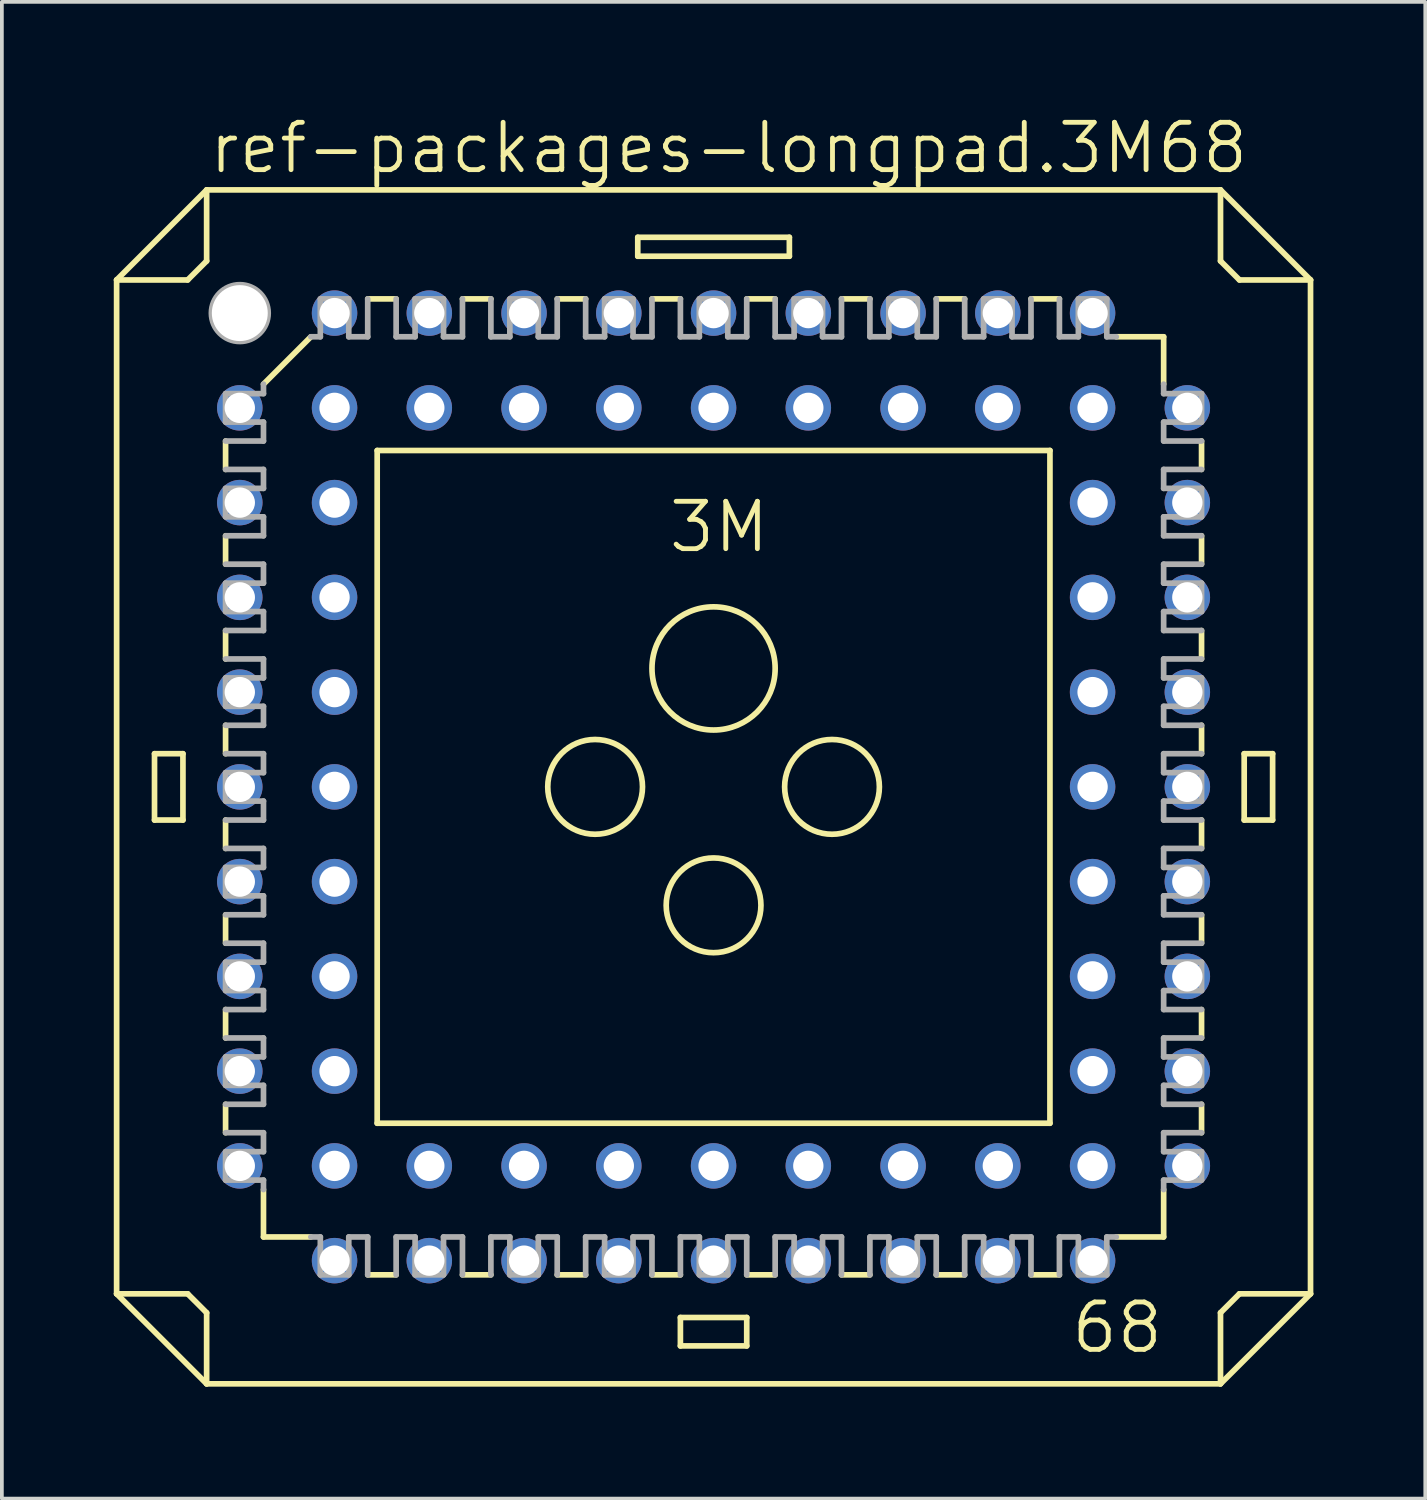
<source format=kicad_pcb>
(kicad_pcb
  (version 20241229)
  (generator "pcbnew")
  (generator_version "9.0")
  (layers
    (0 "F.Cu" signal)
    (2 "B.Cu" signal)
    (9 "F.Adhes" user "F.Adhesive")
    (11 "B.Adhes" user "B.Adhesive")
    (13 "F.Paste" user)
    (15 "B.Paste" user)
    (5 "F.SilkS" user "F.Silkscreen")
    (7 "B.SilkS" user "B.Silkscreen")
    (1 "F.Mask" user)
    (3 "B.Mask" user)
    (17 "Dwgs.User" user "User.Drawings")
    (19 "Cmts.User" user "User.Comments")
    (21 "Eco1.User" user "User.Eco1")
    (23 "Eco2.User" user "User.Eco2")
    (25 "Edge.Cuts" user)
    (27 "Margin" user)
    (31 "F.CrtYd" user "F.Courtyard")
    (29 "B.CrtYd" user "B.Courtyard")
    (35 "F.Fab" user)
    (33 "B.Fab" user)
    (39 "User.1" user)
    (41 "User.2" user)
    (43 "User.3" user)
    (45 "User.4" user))
  (footprint "ref-packages-longpad.3M68"
    (layer "F.Cu")
    (at 16.078 18.043)
    (property "Reference" "ref-packages-longpad.3M68" (at -13.589 -16.383 0) (layer "F.SilkS") (effects (font (size 1.27 1.27) (thickness 0.13)) (justify left bottom)))
    (attr through_hole)
    (fp_line (start -16.002 -13.589) (end -16.002 13.589) (stroke (width 0.152) (type default)) (layer "F.SilkS"))
    (fp_line (start -16.002 -13.589) (end -13.589 -16.002) (stroke (width 0.152) (type default)) (layer "F.SilkS"))
    (fp_line (start -16.002 13.589) (end -14.097 13.589) (stroke (width 0.152) (type default)) (layer "F.SilkS"))
    (fp_line (start -14.986 -0.889) (end -14.224 -0.889) (stroke (width 0.152) (type default)) (layer "F.SilkS"))
    (fp_line (start -14.986 0.889) (end -14.986 -0.889) (stroke (width 0.152) (type default)) (layer "F.SilkS"))
    (fp_line (start -14.986 0.889) (end -14.224 0.889) (stroke (width 0.152) (type default)) (layer "F.SilkS"))
    (fp_line (start -14.224 0.889) (end -14.224 -0.889) (stroke (width 0.152) (type default)) (layer "F.SilkS"))
    (fp_line (start -14.097 -13.589) (end -16.002 -13.589) (stroke (width 0.152) (type default)) (layer "F.SilkS"))
    (fp_line (start -14.097 -13.589) (end -13.589 -14.097) (stroke (width 0.152) (type default)) (layer "F.SilkS"))
    (fp_line (start -13.589 -16.002) (end -13.589 -14.097) (stroke (width 0.152) (type default)) (layer "F.SilkS"))
    (fp_line (start -13.589 14.097) (end -14.097 13.589) (stroke (width 0.152) (type default)) (layer "F.SilkS"))
    (fp_line (start -13.589 14.097) (end -13.589 16.002) (stroke (width 0.152) (type default)) (layer "F.SilkS"))
    (fp_line (start -13.589 16.002) (end -16.002 13.589) (stroke (width 0.152) (type default)) (layer "F.SilkS"))
    (fp_line (start -13.081 -9.271) (end -13.081 -8.509) (stroke (width 0.152) (type default)) (layer "F.SilkS"))
    (fp_line (start -13.081 -6.731) (end -13.081 -5.969) (stroke (width 0.152) (type default)) (layer "F.SilkS"))
    (fp_line (start -13.081 -4.191) (end -13.081 -3.429) (stroke (width 0.152) (type default)) (layer "F.SilkS"))
    (fp_line (start -13.081 -0.889) (end -13.081 -1.651) (stroke (width 0.152) (type default)) (layer "F.SilkS"))
    (fp_line (start -13.081 1.651) (end -13.081 0.889) (stroke (width 0.152) (type default)) (layer "F.SilkS"))
    (fp_line (start -13.081 4.191) (end -13.081 3.429) (stroke (width 0.152) (type default)) (layer "F.SilkS"))
    (fp_line (start -13.081 5.969) (end -13.081 6.731) (stroke (width 0.152) (type default)) (layer "F.SilkS"))
    (fp_line (start -13.081 8.509) (end -13.081 9.271) (stroke (width 0.152) (type default)) (layer "F.SilkS"))
    (fp_line (start -12.065 -10.795) (end -10.795 -12.065) (stroke (width 0.152) (type default)) (layer "F.SilkS"))
    (fp_line (start -12.065 12.065) (end -12.065 10.795) (stroke (width 0.152) (type default)) (layer "F.SilkS"))
    (fp_line (start -12.065 12.065) (end -10.795 12.065) (stroke (width 0.152) (type default)) (layer "F.SilkS"))
    (fp_line (start -9.271 13.081) (end -8.509 13.081) (stroke (width 0.152) (type default)) (layer "F.SilkS"))
    (fp_line (start -9.017 -9.017) (end -9.017 9.017) (stroke (width 0.152) (type default)) (layer "F.SilkS"))
    (fp_line (start -9.017 -9.017) (end 9.017 -9.017) (stroke (width 0.152) (type default)) (layer "F.SilkS"))
    (fp_line (start -8.509 -13.081) (end -9.271 -13.081) (stroke (width 0.152) (type default)) (layer "F.SilkS"))
    (fp_line (start -6.731 13.081) (end -5.969 13.081) (stroke (width 0.152) (type default)) (layer "F.SilkS"))
    (fp_line (start -5.969 -13.081) (end -6.731 -13.081) (stroke (width 0.152) (type default)) (layer "F.SilkS"))
    (fp_line (start -4.191 13.081) (end -3.429 13.081) (stroke (width 0.152) (type default)) (layer "F.SilkS"))
    (fp_line (start -3.429 -13.081) (end -4.191 -13.081) (stroke (width 0.152) (type default)) (layer "F.SilkS"))
    (fp_line (start -2.032 -14.732) (end -2.032 -14.224) (stroke (width 0.152) (type default)) (layer "F.SilkS"))
    (fp_line (start -1.651 13.081) (end -0.889 13.081) (stroke (width 0.152) (type default)) (layer "F.SilkS"))
    (fp_line (start -0.889 -13.081) (end -1.651 -13.081) (stroke (width 0.152) (type default)) (layer "F.SilkS"))
    (fp_line (start -0.889 14.986) (end -0.889 14.224) (stroke (width 0.152) (type default)) (layer "F.SilkS"))
    (fp_line (start -0.889 14.986) (end 0.889 14.986) (stroke (width 0.152) (type default)) (layer "F.SilkS"))
    (fp_line (start 0.889 13.081) (end 1.651 13.081) (stroke (width 0.152) (type default)) (layer "F.SilkS"))
    (fp_line (start 0.889 14.224) (end -0.889 14.224) (stroke (width 0.152) (type default)) (layer "F.SilkS"))
    (fp_line (start 0.889 14.224) (end 0.889 14.986) (stroke (width 0.152) (type default)) (layer "F.SilkS"))
    (fp_line (start 1.651 -13.081) (end 0.889 -13.081) (stroke (width 0.152) (type default)) (layer "F.SilkS"))
    (fp_line (start 2.032 -14.732) (end -2.032 -14.732) (stroke (width 0.152) (type default)) (layer "F.SilkS"))
    (fp_line (start 2.032 -14.224) (end -2.032 -14.224) (stroke (width 0.152) (type default)) (layer "F.SilkS"))
    (fp_line (start 2.032 -14.224) (end 2.032 -14.732) (stroke (width 0.152) (type default)) (layer "F.SilkS"))
    (fp_line (start 3.429 13.081) (end 4.191 13.081) (stroke (width 0.152) (type default)) (layer "F.SilkS"))
    (fp_line (start 4.191 -13.081) (end 3.429 -13.081) (stroke (width 0.152) (type default)) (layer "F.SilkS"))
    (fp_line (start 5.969 13.081) (end 6.731 13.081) (stroke (width 0.152) (type default)) (layer "F.SilkS"))
    (fp_line (start 6.731 -13.081) (end 5.969 -13.081) (stroke (width 0.152) (type default)) (layer "F.SilkS"))
    (fp_line (start 8.509 13.081) (end 9.271 13.081) (stroke (width 0.152) (type default)) (layer "F.SilkS"))
    (fp_line (start 9.017 9.017) (end -9.017 9.017) (stroke (width 0.152) (type default)) (layer "F.SilkS"))
    (fp_line (start 9.017 9.017) (end 9.017 -9.017) (stroke (width 0.152) (type default)) (layer "F.SilkS"))
    (fp_line (start 9.271 -13.081) (end 8.509 -13.081) (stroke (width 0.152) (type default)) (layer "F.SilkS"))
    (fp_line (start 10.795 12.065) (end 12.065 12.065) (stroke (width 0.152) (type default)) (layer "F.SilkS"))
    (fp_line (start 12.065 -12.065) (end 10.795 -12.065) (stroke (width 0.152) (type default)) (layer "F.SilkS"))
    (fp_line (start 12.065 -12.065) (end 12.065 -10.795) (stroke (width 0.152) (type default)) (layer "F.SilkS"))
    (fp_line (start 12.065 12.065) (end 12.065 10.795) (stroke (width 0.152) (type default)) (layer "F.SilkS"))
    (fp_line (start 13.081 -8.509) (end 13.081 -9.271) (stroke (width 0.152) (type default)) (layer "F.SilkS"))
    (fp_line (start 13.081 -5.969) (end 13.081 -6.731) (stroke (width 0.152) (type default)) (layer "F.SilkS"))
    (fp_line (start 13.081 -4.191) (end 13.081 -3.429) (stroke (width 0.152) (type default)) (layer "F.SilkS"))
    (fp_line (start 13.081 -1.651) (end 13.081 -0.889) (stroke (width 0.152) (type default)) (layer "F.SilkS"))
    (fp_line (start 13.081 0.889) (end 13.081 1.651) (stroke (width 0.152) (type default)) (layer "F.SilkS"))
    (fp_line (start 13.081 4.191) (end 13.081 3.429) (stroke (width 0.152) (type default)) (layer "F.SilkS"))
    (fp_line (start 13.081 6.731) (end 13.081 5.969) (stroke (width 0.152) (type default)) (layer "F.SilkS"))
    (fp_line (start 13.081 9.271) (end 13.081 8.509) (stroke (width 0.152) (type default)) (layer "F.SilkS"))
    (fp_line (start 13.589 -16.002) (end -13.589 -16.002) (stroke (width 0.152) (type default)) (layer "F.SilkS"))
    (fp_line (start 13.589 -16.002) (end 16.002 -13.589) (stroke (width 0.152) (type default)) (layer "F.SilkS"))
    (fp_line (start 13.589 -14.097) (end 13.589 -16.002) (stroke (width 0.152) (type default)) (layer "F.SilkS"))
    (fp_line (start 13.589 -14.097) (end 14.097 -13.589) (stroke (width 0.152) (type default)) (layer "F.SilkS"))
    (fp_line (start 13.589 16.002) (end -13.589 16.002) (stroke (width 0.152) (type default)) (layer "F.SilkS"))
    (fp_line (start 13.589 16.002) (end 13.589 14.097) (stroke (width 0.152) (type default)) (layer "F.SilkS"))
    (fp_line (start 14.097 13.589) (end 13.589 14.097) (stroke (width 0.152) (type default)) (layer "F.SilkS"))
    (fp_line (start 14.097 13.589) (end 16.002 13.589) (stroke (width 0.152) (type default)) (layer "F.SilkS"))
    (fp_line (start 14.224 -0.889) (end 14.224 0.889) (stroke (width 0.152) (type default)) (layer "F.SilkS"))
    (fp_line (start 14.224 -0.889) (end 14.986 -0.889) (stroke (width 0.152) (type default)) (layer "F.SilkS"))
    (fp_line (start 14.986 0.889) (end 14.224 0.889) (stroke (width 0.152) (type default)) (layer "F.SilkS"))
    (fp_line (start 14.986 0.889) (end 14.986 -0.889) (stroke (width 0.152) (type default)) (layer "F.SilkS"))
    (fp_line (start 16.002 -13.589) (end 14.097 -13.589) (stroke (width 0.152) (type default)) (layer "F.SilkS"))
    (fp_line (start 16.002 -13.589) (end 16.002 13.589) (stroke (width 0.152) (type default)) (layer "F.SilkS"))
    (fp_line (start 16.002 13.589) (end 13.589 16.002) (stroke (width 0.152) (type default)) (layer "F.SilkS"))
    (fp_circle (center -3.175 0) (end -1.905 0) (stroke (width 0.152) (type default)) (fill no) (layer "F.SilkS"))
    (fp_circle (center 0 -3.175) (end 1.651 -3.175) (stroke (width 0.152) (type default)) (fill no) (layer "F.SilkS"))
    (fp_circle (center 0 3.175) (end 1.27 3.175) (stroke (width 0.152) (type default)) (fill no) (layer "F.SilkS"))
    (fp_circle (center 3.175 0) (end 4.445 0) (stroke (width 0.152) (type default)) (fill no) (layer "F.SilkS"))
    (fp_line (start -13.081 -10.541) (end -13.081 -9.779) (stroke (width 0.152) (type default)) (layer "F.Fab"))
    (fp_line (start -13.081 -10.541) (end -12.065 -10.541) (stroke (width 0.152) (type default)) (layer "F.Fab"))
    (fp_line (start -13.081 -9.271) (end -12.065 -9.271) (stroke (width 0.152) (type default)) (layer "F.Fab"))
    (fp_line (start -13.081 -7.239) (end -13.081 -8.001) (stroke (width 0.152) (type default)) (layer "F.Fab"))
    (fp_line (start -13.081 -7.239) (end -12.065 -7.239) (stroke (width 0.152) (type default)) (layer "F.Fab"))
    (fp_line (start -13.081 -6.731) (end -12.065 -6.731) (stroke (width 0.152) (type default)) (layer "F.Fab"))
    (fp_line (start -13.081 -5.461) (end -13.081 -4.699) (stroke (width 0.152) (type default)) (layer "F.Fab"))
    (fp_line (start -13.081 -5.461) (end -12.065 -5.461) (stroke (width 0.152) (type default)) (layer "F.Fab"))
    (fp_line (start -13.081 -4.191) (end -12.065 -4.191) (stroke (width 0.152) (type default)) (layer "F.Fab"))
    (fp_line (start -13.081 -2.921) (end -13.081 -2.159) (stroke (width 0.152) (type default)) (layer "F.Fab"))
    (fp_line (start -13.081 -2.921) (end -12.065 -2.921) (stroke (width 0.152) (type default)) (layer "F.Fab"))
    (fp_line (start -13.081 -0.889) (end -12.065 -0.889) (stroke (width 0.152) (type default)) (layer "F.Fab"))
    (fp_line (start -13.081 0.381) (end -13.081 -0.381) (stroke (width 0.152) (type default)) (layer "F.Fab"))
    (fp_line (start -13.081 0.381) (end -12.065 0.381) (stroke (width 0.152) (type default)) (layer "F.Fab"))
    (fp_line (start -13.081 1.651) (end -12.065 1.651) (stroke (width 0.152) (type default)) (layer "F.Fab"))
    (fp_line (start -13.081 2.921) (end -13.081 2.159) (stroke (width 0.152) (type default)) (layer "F.Fab"))
    (fp_line (start -13.081 2.921) (end -12.065 2.921) (stroke (width 0.152) (type default)) (layer "F.Fab"))
    (fp_line (start -13.081 4.191) (end -12.065 4.191) (stroke (width 0.152) (type default)) (layer "F.Fab"))
    (fp_line (start -13.081 5.461) (end -13.081 4.699) (stroke (width 0.152) (type default)) (layer "F.Fab"))
    (fp_line (start -13.081 5.461) (end -12.065 5.461) (stroke (width 0.152) (type default)) (layer "F.Fab"))
    (fp_line (start -13.081 5.969) (end -12.065 5.969) (stroke (width 0.152) (type default)) (layer "F.Fab"))
    (fp_line (start -13.081 7.239) (end -13.081 8.001) (stroke (width 0.152) (type default)) (layer "F.Fab"))
    (fp_line (start -13.081 7.239) (end -12.065 7.239) (stroke (width 0.152) (type default)) (layer "F.Fab"))
    (fp_line (start -13.081 8.509) (end -12.065 8.509) (stroke (width 0.152) (type default)) (layer "F.Fab"))
    (fp_line (start -13.081 9.779) (end -12.065 9.779) (stroke (width 0.152) (type default)) (layer "F.Fab"))
    (fp_line (start -13.081 10.541) (end -13.081 9.779) (stroke (width 0.152) (type default)) (layer "F.Fab"))
    (fp_line (start -13.081 10.541) (end -12.065 10.541) (stroke (width 0.152) (type default)) (layer "F.Fab"))
    (fp_line (start -12.065 -10.541) (end -12.065 -10.795) (stroke (width 0.152) (type default)) (layer "F.Fab"))
    (fp_line (start -12.065 -9.779) (end -13.081 -9.779) (stroke (width 0.152) (type default)) (layer "F.Fab"))
    (fp_line (start -12.065 -9.779) (end -12.065 -9.271) (stroke (width 0.152) (type default)) (layer "F.Fab"))
    (fp_line (start -12.065 -8.509) (end -13.081 -8.509) (stroke (width 0.152) (type default)) (layer "F.Fab"))
    (fp_line (start -12.065 -8.001) (end -13.081 -8.001) (stroke (width 0.152) (type default)) (layer "F.Fab"))
    (fp_line (start -12.065 -8.001) (end -12.065 -8.509) (stroke (width 0.152) (type default)) (layer "F.Fab"))
    (fp_line (start -12.065 -6.731) (end -12.065 -7.239) (stroke (width 0.152) (type default)) (layer "F.Fab"))
    (fp_line (start -12.065 -5.969) (end -13.081 -5.969) (stroke (width 0.152) (type default)) (layer "F.Fab"))
    (fp_line (start -12.065 -5.969) (end -12.065 -5.461) (stroke (width 0.152) (type default)) (layer "F.Fab"))
    (fp_line (start -12.065 -4.699) (end -13.081 -4.699) (stroke (width 0.152) (type default)) (layer "F.Fab"))
    (fp_line (start -12.065 -4.699) (end -12.065 -4.191) (stroke (width 0.152) (type default)) (layer "F.Fab"))
    (fp_line (start -12.065 -3.429) (end -13.081 -3.429) (stroke (width 0.152) (type default)) (layer "F.Fab"))
    (fp_line (start -12.065 -3.429) (end -12.065 -2.921) (stroke (width 0.152) (type default)) (layer "F.Fab"))
    (fp_line (start -12.065 -2.159) (end -13.081 -2.159) (stroke (width 0.152) (type default)) (layer "F.Fab"))
    (fp_line (start -12.065 -2.159) (end -12.065 -1.651) (stroke (width 0.152) (type default)) (layer "F.Fab"))
    (fp_line (start -12.065 -1.651) (end -13.081 -1.651) (stroke (width 0.152) (type default)) (layer "F.Fab"))
    (fp_line (start -12.065 -0.381) (end -13.081 -0.381) (stroke (width 0.152) (type default)) (layer "F.Fab"))
    (fp_line (start -12.065 -0.381) (end -12.065 -0.889) (stroke (width 0.152) (type default)) (layer "F.Fab"))
    (fp_line (start -12.065 0.889) (end -13.081 0.889) (stroke (width 0.152) (type default)) (layer "F.Fab"))
    (fp_line (start -12.065 0.889) (end -12.065 0.381) (stroke (width 0.152) (type default)) (layer "F.Fab"))
    (fp_line (start -12.065 2.159) (end -13.081 2.159) (stroke (width 0.152) (type default)) (layer "F.Fab"))
    (fp_line (start -12.065 2.159) (end -12.065 1.651) (stroke (width 0.152) (type default)) (layer "F.Fab"))
    (fp_line (start -12.065 3.429) (end -13.081 3.429) (stroke (width 0.152) (type default)) (layer "F.Fab"))
    (fp_line (start -12.065 3.429) (end -12.065 2.921) (stroke (width 0.152) (type default)) (layer "F.Fab"))
    (fp_line (start -12.065 4.699) (end -13.081 4.699) (stroke (width 0.152) (type default)) (layer "F.Fab"))
    (fp_line (start -12.065 4.699) (end -12.065 4.191) (stroke (width 0.152) (type default)) (layer "F.Fab"))
    (fp_line (start -12.065 5.461) (end -12.065 5.969) (stroke (width 0.152) (type default)) (layer "F.Fab"))
    (fp_line (start -12.065 6.731) (end -13.081 6.731) (stroke (width 0.152) (type default)) (layer "F.Fab"))
    (fp_line (start -12.065 6.731) (end -12.065 7.239) (stroke (width 0.152) (type default)) (layer "F.Fab"))
    (fp_line (start -12.065 8.001) (end -13.081 8.001) (stroke (width 0.152) (type default)) (layer "F.Fab"))
    (fp_line (start -12.065 8.001) (end -12.065 8.509) (stroke (width 0.152) (type default)) (layer "F.Fab"))
    (fp_line (start -12.065 9.271) (end -13.081 9.271) (stroke (width 0.152) (type default)) (layer "F.Fab"))
    (fp_line (start -12.065 9.271) (end -12.065 9.779) (stroke (width 0.152) (type default)) (layer "F.Fab"))
    (fp_line (start -12.065 10.541) (end -12.065 10.795) (stroke (width 0.152) (type default)) (layer "F.Fab"))
    (fp_line (start -10.795 -12.065) (end -10.541 -12.065) (stroke (width 0.152) (type default)) (layer "F.Fab"))
    (fp_line (start -10.541 -12.065) (end -10.541 -13.081) (stroke (width 0.152) (type default)) (layer "F.Fab"))
    (fp_line (start -10.541 12.065) (end -10.795 12.065) (stroke (width 0.152) (type default)) (layer "F.Fab"))
    (fp_line (start -10.541 13.081) (end -10.541 12.065) (stroke (width 0.152) (type default)) (layer "F.Fab"))
    (fp_line (start -10.541 13.081) (end -9.779 13.081) (stroke (width 0.152) (type default)) (layer "F.Fab"))
    (fp_line (start -9.779 -13.081) (end -10.541 -13.081) (stroke (width 0.152) (type default)) (layer "F.Fab"))
    (fp_line (start -9.779 -13.081) (end -9.779 -12.065) (stroke (width 0.152) (type default)) (layer "F.Fab"))
    (fp_line (start -9.779 12.065) (end -9.779 13.081) (stroke (width 0.152) (type default)) (layer "F.Fab"))
    (fp_line (start -9.779 12.065) (end -9.271 12.065) (stroke (width 0.152) (type default)) (layer "F.Fab"))
    (fp_line (start -9.271 -12.065) (end -9.779 -12.065) (stroke (width 0.152) (type default)) (layer "F.Fab"))
    (fp_line (start -9.271 -12.065) (end -9.271 -13.081) (stroke (width 0.152) (type default)) (layer "F.Fab"))
    (fp_line (start -9.271 13.081) (end -9.271 12.065) (stroke (width 0.152) (type default)) (layer "F.Fab"))
    (fp_line (start -8.509 -13.081) (end -8.509 -12.065) (stroke (width 0.152) (type default)) (layer "F.Fab"))
    (fp_line (start -8.509 12.065) (end -8.509 13.081) (stroke (width 0.152) (type default)) (layer "F.Fab"))
    (fp_line (start -8.001 -12.065) (end -8.509 -12.065) (stroke (width 0.152) (type default)) (layer "F.Fab"))
    (fp_line (start -8.001 -12.065) (end -8.001 -13.081) (stroke (width 0.152) (type default)) (layer "F.Fab"))
    (fp_line (start -8.001 12.065) (end -8.509 12.065) (stroke (width 0.152) (type default)) (layer "F.Fab"))
    (fp_line (start -8.001 12.065) (end -8.001 13.081) (stroke (width 0.152) (type default)) (layer "F.Fab"))
    (fp_line (start -7.239 -13.081) (end -8.001 -13.081) (stroke (width 0.152) (type default)) (layer "F.Fab"))
    (fp_line (start -7.239 -13.081) (end -7.239 -12.065) (stroke (width 0.152) (type default)) (layer "F.Fab"))
    (fp_line (start -7.239 13.081) (end -8.001 13.081) (stroke (width 0.152) (type default)) (layer "F.Fab"))
    (fp_line (start -7.239 13.081) (end -7.239 12.065) (stroke (width 0.152) (type default)) (layer "F.Fab"))
    (fp_line (start -6.731 -12.065) (end -7.239 -12.065) (stroke (width 0.152) (type default)) (layer "F.Fab"))
    (fp_line (start -6.731 -12.065) (end -6.731 -13.081) (stroke (width 0.152) (type default)) (layer "F.Fab"))
    (fp_line (start -6.731 12.065) (end -7.239 12.065) (stroke (width 0.152) (type default)) (layer "F.Fab"))
    (fp_line (start -6.731 13.081) (end -6.731 12.065) (stroke (width 0.152) (type default)) (layer "F.Fab"))
    (fp_line (start -5.969 -13.081) (end -5.969 -12.065) (stroke (width 0.152) (type default)) (layer "F.Fab"))
    (fp_line (start -5.969 12.065) (end -5.969 13.081) (stroke (width 0.152) (type default)) (layer "F.Fab"))
    (fp_line (start -5.969 12.065) (end -5.461 12.065) (stroke (width 0.152) (type default)) (layer "F.Fab"))
    (fp_line (start -5.461 -12.065) (end -5.969 -12.065) (stroke (width 0.152) (type default)) (layer "F.Fab"))
    (fp_line (start -5.461 -12.065) (end -5.461 -13.081) (stroke (width 0.152) (type default)) (layer "F.Fab"))
    (fp_line (start -5.461 13.081) (end -5.461 12.065) (stroke (width 0.152) (type default)) (layer "F.Fab"))
    (fp_line (start -5.461 13.081) (end -4.699 13.081) (stroke (width 0.152) (type default)) (layer "F.Fab"))
    (fp_line (start -4.699 -13.081) (end -5.461 -13.081) (stroke (width 0.152) (type default)) (layer "F.Fab"))
    (fp_line (start -4.699 -13.081) (end -4.699 -12.065) (stroke (width 0.152) (type default)) (layer "F.Fab"))
    (fp_line (start -4.699 12.065) (end -4.699 13.081) (stroke (width 0.152) (type default)) (layer "F.Fab"))
    (fp_line (start -4.699 12.065) (end -4.191 12.065) (stroke (width 0.152) (type default)) (layer "F.Fab"))
    (fp_line (start -4.191 -12.065) (end -4.699 -12.065) (stroke (width 0.152) (type default)) (layer "F.Fab"))
    (fp_line (start -4.191 -12.065) (end -4.191 -13.081) (stroke (width 0.152) (type default)) (layer "F.Fab"))
    (fp_line (start -4.191 13.081) (end -4.191 12.065) (stroke (width 0.152) (type default)) (layer "F.Fab"))
    (fp_line (start -3.429 -13.081) (end -3.429 -12.065) (stroke (width 0.152) (type default)) (layer "F.Fab"))
    (fp_line (start -3.429 12.065) (end -3.429 13.081) (stroke (width 0.152) (type default)) (layer "F.Fab"))
    (fp_line (start -3.429 12.065) (end -2.921 12.065) (stroke (width 0.152) (type default)) (layer "F.Fab"))
    (fp_line (start -2.921 -12.065) (end -3.429 -12.065) (stroke (width 0.152) (type default)) (layer "F.Fab"))
    (fp_line (start -2.921 -12.065) (end -2.921 -13.081) (stroke (width 0.152) (type default)) (layer "F.Fab"))
    (fp_line (start -2.921 13.081) (end -2.921 12.065) (stroke (width 0.152) (type default)) (layer "F.Fab"))
    (fp_line (start -2.921 13.081) (end -2.159 13.081) (stroke (width 0.152) (type default)) (layer "F.Fab"))
    (fp_line (start -2.159 -13.081) (end -2.921 -13.081) (stroke (width 0.152) (type default)) (layer "F.Fab"))
    (fp_line (start -2.159 -13.081) (end -2.159 -12.065) (stroke (width 0.152) (type default)) (layer "F.Fab"))
    (fp_line (start -2.159 12.065) (end -2.159 13.081) (stroke (width 0.152) (type default)) (layer "F.Fab"))
    (fp_line (start -2.159 12.065) (end -1.651 12.065) (stroke (width 0.152) (type default)) (layer "F.Fab"))
    (fp_line (start -1.651 -12.065) (end -2.159 -12.065) (stroke (width 0.152) (type default)) (layer "F.Fab"))
    (fp_line (start -1.651 -12.065) (end -1.651 -13.081) (stroke (width 0.152) (type default)) (layer "F.Fab"))
    (fp_line (start -1.651 13.081) (end -1.651 12.065) (stroke (width 0.152) (type default)) (layer "F.Fab"))
    (fp_line (start -0.889 -13.081) (end -0.889 -12.065) (stroke (width 0.152) (type default)) (layer "F.Fab"))
    (fp_line (start -0.889 12.065) (end -0.889 13.081) (stroke (width 0.152) (type default)) (layer "F.Fab"))
    (fp_line (start -0.889 12.065) (end -0.381 12.065) (stroke (width 0.152) (type default)) (layer "F.Fab"))
    (fp_line (start -0.381 -12.065) (end -0.889 -12.065) (stroke (width 0.152) (type default)) (layer "F.Fab"))
    (fp_line (start -0.381 -12.065) (end -0.381 -13.081) (stroke (width 0.152) (type default)) (layer "F.Fab"))
    (fp_line (start -0.381 13.081) (end -0.381 12.065) (stroke (width 0.152) (type default)) (layer "F.Fab"))
    (fp_line (start -0.381 13.081) (end 0.381 13.081) (stroke (width 0.152) (type default)) (layer "F.Fab"))
    (fp_line (start 0.381 -13.081) (end -0.381 -13.081) (stroke (width 0.152) (type default)) (layer "F.Fab"))
    (fp_line (start 0.381 -13.081) (end 0.381 -12.065) (stroke (width 0.152) (type default)) (layer "F.Fab"))
    (fp_line (start 0.381 12.065) (end 0.381 13.081) (stroke (width 0.152) (type default)) (layer "F.Fab"))
    (fp_line (start 0.381 12.065) (end 0.889 12.065) (stroke (width 0.152) (type default)) (layer "F.Fab"))
    (fp_line (start 0.889 -12.065) (end 0.381 -12.065) (stroke (width 0.152) (type default)) (layer "F.Fab"))
    (fp_line (start 0.889 -12.065) (end 0.889 -13.081) (stroke (width 0.152) (type default)) (layer "F.Fab"))
    (fp_line (start 0.889 13.081) (end 0.889 12.065) (stroke (width 0.152) (type default)) (layer "F.Fab"))
    (fp_line (start 1.651 -13.081) (end 1.651 -12.065) (stroke (width 0.152) (type default)) (layer "F.Fab"))
    (fp_line (start 1.651 12.065) (end 1.651 13.081) (stroke (width 0.152) (type default)) (layer "F.Fab"))
    (fp_line (start 1.651 12.065) (end 2.159 12.065) (stroke (width 0.152) (type default)) (layer "F.Fab"))
    (fp_line (start 2.159 -12.065) (end 1.651 -12.065) (stroke (width 0.152) (type default)) (layer "F.Fab"))
    (fp_line (start 2.159 -12.065) (end 2.159 -13.081) (stroke (width 0.152) (type default)) (layer "F.Fab"))
    (fp_line (start 2.159 13.081) (end 2.159 12.065) (stroke (width 0.152) (type default)) (layer "F.Fab"))
    (fp_line (start 2.159 13.081) (end 2.921 13.081) (stroke (width 0.152) (type default)) (layer "F.Fab"))
    (fp_line (start 2.921 -13.081) (end 2.159 -13.081) (stroke (width 0.152) (type default)) (layer "F.Fab"))
    (fp_line (start 2.921 -13.081) (end 2.921 -12.065) (stroke (width 0.152) (type default)) (layer "F.Fab"))
    (fp_line (start 2.921 12.065) (end 2.921 13.081) (stroke (width 0.152) (type default)) (layer "F.Fab"))
    (fp_line (start 2.921 12.065) (end 3.429 12.065) (stroke (width 0.152) (type default)) (layer "F.Fab"))
    (fp_line (start 3.429 -12.065) (end 2.921 -12.065) (stroke (width 0.152) (type default)) (layer "F.Fab"))
    (fp_line (start 3.429 -12.065) (end 3.429 -13.081) (stroke (width 0.152) (type default)) (layer "F.Fab"))
    (fp_line (start 3.429 13.081) (end 3.429 12.065) (stroke (width 0.152) (type default)) (layer "F.Fab"))
    (fp_line (start 4.191 -13.081) (end 4.191 -12.065) (stroke (width 0.152) (type default)) (layer "F.Fab"))
    (fp_line (start 4.191 12.065) (end 4.191 13.081) (stroke (width 0.152) (type default)) (layer "F.Fab"))
    (fp_line (start 4.191 12.065) (end 4.699 12.065) (stroke (width 0.152) (type default)) (layer "F.Fab"))
    (fp_line (start 4.699 -12.065) (end 4.191 -12.065) (stroke (width 0.152) (type default)) (layer "F.Fab"))
    (fp_line (start 4.699 -12.065) (end 4.699 -13.081) (stroke (width 0.152) (type default)) (layer "F.Fab"))
    (fp_line (start 4.699 13.081) (end 4.699 12.065) (stroke (width 0.152) (type default)) (layer "F.Fab"))
    (fp_line (start 4.699 13.081) (end 5.461 13.081) (stroke (width 0.152) (type default)) (layer "F.Fab"))
    (fp_line (start 5.461 -13.081) (end 4.699 -13.081) (stroke (width 0.152) (type default)) (layer "F.Fab"))
    (fp_line (start 5.461 -13.081) (end 5.461 -12.065) (stroke (width 0.152) (type default)) (layer "F.Fab"))
    (fp_line (start 5.461 12.065) (end 5.461 13.081) (stroke (width 0.152) (type default)) (layer "F.Fab"))
    (fp_line (start 5.461 12.065) (end 5.969 12.065) (stroke (width 0.152) (type default)) (layer "F.Fab"))
    (fp_line (start 5.969 -12.065) (end 5.461 -12.065) (stroke (width 0.152) (type default)) (layer "F.Fab"))
    (fp_line (start 5.969 -12.065) (end 5.969 -13.081) (stroke (width 0.152) (type default)) (layer "F.Fab"))
    (fp_line (start 5.969 13.081) (end 5.969 12.065) (stroke (width 0.152) (type default)) (layer "F.Fab"))
    (fp_line (start 6.731 -13.081) (end 6.731 -12.065) (stroke (width 0.152) (type default)) (layer "F.Fab"))
    (fp_line (start 6.731 -12.065) (end 7.239 -12.065) (stroke (width 0.152) (type default)) (layer "F.Fab"))
    (fp_line (start 6.731 12.065) (end 6.731 13.081) (stroke (width 0.152) (type default)) (layer "F.Fab"))
    (fp_line (start 6.731 12.065) (end 7.239 12.065) (stroke (width 0.152) (type default)) (layer "F.Fab"))
    (fp_line (start 7.239 -13.081) (end 7.239 -12.065) (stroke (width 0.152) (type default)) (layer "F.Fab"))
    (fp_line (start 7.239 -13.081) (end 8.001 -13.081) (stroke (width 0.152) (type default)) (layer "F.Fab"))
    (fp_line (start 7.239 13.081) (end 7.239 12.065) (stroke (width 0.152) (type default)) (layer "F.Fab"))
    (fp_line (start 7.239 13.081) (end 8.001 13.081) (stroke (width 0.152) (type default)) (layer "F.Fab"))
    (fp_line (start 8.001 -12.065) (end 8.001 -13.081) (stroke (width 0.152) (type default)) (layer "F.Fab"))
    (fp_line (start 8.001 -12.065) (end 8.509 -12.065) (stroke (width 0.152) (type default)) (layer "F.Fab"))
    (fp_line (start 8.001 12.065) (end 8.001 13.081) (stroke (width 0.152) (type default)) (layer "F.Fab"))
    (fp_line (start 8.001 12.065) (end 8.509 12.065) (stroke (width 0.152) (type default)) (layer "F.Fab"))
    (fp_line (start 8.509 -12.065) (end 8.509 -13.081) (stroke (width 0.152) (type default)) (layer "F.Fab"))
    (fp_line (start 8.509 13.081) (end 8.509 12.065) (stroke (width 0.152) (type default)) (layer "F.Fab"))
    (fp_line (start 9.271 -13.081) (end 9.271 -12.065) (stroke (width 0.152) (type default)) (layer "F.Fab"))
    (fp_line (start 9.271 13.081) (end 9.271 12.065) (stroke (width 0.152) (type default)) (layer "F.Fab"))
    (fp_line (start 9.779 -12.065) (end 9.271 -12.065) (stroke (width 0.152) (type default)) (layer "F.Fab"))
    (fp_line (start 9.779 -12.065) (end 9.779 -13.081) (stroke (width 0.152) (type default)) (layer "F.Fab"))
    (fp_line (start 9.779 12.065) (end 9.271 12.065) (stroke (width 0.152) (type default)) (layer "F.Fab"))
    (fp_line (start 9.779 13.081) (end 9.779 12.065) (stroke (width 0.152) (type default)) (layer "F.Fab"))
    (fp_line (start 9.779 13.081) (end 10.541 13.081) (stroke (width 0.152) (type default)) (layer "F.Fab"))
    (fp_line (start 10.541 -13.081) (end 9.779 -13.081) (stroke (width 0.152) (type default)) (layer "F.Fab"))
    (fp_line (start 10.541 -13.081) (end 10.541 -12.065) (stroke (width 0.152) (type default)) (layer "F.Fab"))
    (fp_line (start 10.541 -12.065) (end 10.795 -12.065) (stroke (width 0.152) (type default)) (layer "F.Fab"))
    (fp_line (start 10.541 12.065) (end 10.541 13.081) (stroke (width 0.152) (type default)) (layer "F.Fab"))
    (fp_line (start 10.795 12.065) (end 10.541 12.065) (stroke (width 0.152) (type default)) (layer "F.Fab"))
    (fp_line (start 12.065 -10.541) (end 12.065 -10.795) (stroke (width 0.152) (type default)) (layer "F.Fab"))
    (fp_line (start 12.065 -9.779) (end 12.065 -9.271) (stroke (width 0.152) (type default)) (layer "F.Fab"))
    (fp_line (start 12.065 -9.779) (end 13.081 -9.779) (stroke (width 0.152) (type default)) (layer "F.Fab"))
    (fp_line (start 12.065 -9.271) (end 13.081 -9.271) (stroke (width 0.152) (type default)) (layer "F.Fab"))
    (fp_line (start 12.065 -8.001) (end 12.065 -8.509) (stroke (width 0.152) (type default)) (layer "F.Fab"))
    (fp_line (start 12.065 -8.001) (end 13.081 -8.001) (stroke (width 0.152) (type default)) (layer "F.Fab"))
    (fp_line (start 12.065 -6.731) (end 12.065 -7.239) (stroke (width 0.152) (type default)) (layer "F.Fab"))
    (fp_line (start 12.065 -6.731) (end 13.081 -6.731) (stroke (width 0.152) (type default)) (layer "F.Fab"))
    (fp_line (start 12.065 -5.461) (end 12.065 -5.969) (stroke (width 0.152) (type default)) (layer "F.Fab"))
    (fp_line (start 12.065 -4.699) (end 12.065 -4.191) (stroke (width 0.152) (type default)) (layer "F.Fab"))
    (fp_line (start 12.065 -4.699) (end 13.081 -4.699) (stroke (width 0.152) (type default)) (layer "F.Fab"))
    (fp_line (start 12.065 -3.429) (end 12.065 -2.921) (stroke (width 0.152) (type default)) (layer "F.Fab"))
    (fp_line (start 12.065 -3.429) (end 13.081 -3.429) (stroke (width 0.152) (type default)) (layer "F.Fab"))
    (fp_line (start 12.065 -2.159) (end 12.065 -1.651) (stroke (width 0.152) (type default)) (layer "F.Fab"))
    (fp_line (start 12.065 -2.159) (end 13.081 -2.159) (stroke (width 0.152) (type default)) (layer "F.Fab"))
    (fp_line (start 12.065 -0.889) (end 12.065 -0.381) (stroke (width 0.152) (type default)) (layer "F.Fab"))
    (fp_line (start 12.065 -0.889) (end 13.081 -0.889) (stroke (width 0.152) (type default)) (layer "F.Fab"))
    (fp_line (start 12.065 0.381) (end 12.065 0.889) (stroke (width 0.152) (type default)) (layer "F.Fab"))
    (fp_line (start 12.065 0.381) (end 13.081 0.381) (stroke (width 0.152) (type default)) (layer "F.Fab"))
    (fp_line (start 12.065 1.651) (end 12.065 2.159) (stroke (width 0.152) (type default)) (layer "F.Fab"))
    (fp_line (start 12.065 1.651) (end 13.081 1.651) (stroke (width 0.152) (type default)) (layer "F.Fab"))
    (fp_line (start 12.065 2.159) (end 13.081 2.159) (stroke (width 0.152) (type default)) (layer "F.Fab"))
    (fp_line (start 12.065 3.429) (end 12.065 2.921) (stroke (width 0.152) (type default)) (layer "F.Fab"))
    (fp_line (start 12.065 3.429) (end 13.081 3.429) (stroke (width 0.152) (type default)) (layer "F.Fab"))
    (fp_line (start 12.065 4.699) (end 12.065 4.191) (stroke (width 0.152) (type default)) (layer "F.Fab"))
    (fp_line (start 12.065 4.699) (end 13.081 4.699) (stroke (width 0.152) (type default)) (layer "F.Fab"))
    (fp_line (start 12.065 5.969) (end 12.065 5.461) (stroke (width 0.152) (type default)) (layer "F.Fab"))
    (fp_line (start 12.065 5.969) (end 13.081 5.969) (stroke (width 0.152) (type default)) (layer "F.Fab"))
    (fp_line (start 12.065 6.731) (end 12.065 7.239) (stroke (width 0.152) (type default)) (layer "F.Fab"))
    (fp_line (start 12.065 8.001) (end 12.065 8.509) (stroke (width 0.152) (type default)) (layer "F.Fab"))
    (fp_line (start 12.065 8.001) (end 13.081 8.001) (stroke (width 0.152) (type default)) (layer "F.Fab"))
    (fp_line (start 12.065 8.509) (end 13.081 8.509) (stroke (width 0.152) (type default)) (layer "F.Fab"))
    (fp_line (start 12.065 9.779) (end 12.065 9.271) (stroke (width 0.152) (type default)) (layer "F.Fab"))
    (fp_line (start 12.065 9.779) (end 13.081 9.779) (stroke (width 0.152) (type default)) (layer "F.Fab"))
    (fp_line (start 12.065 10.541) (end 12.065 10.795) (stroke (width 0.152) (type default)) (layer "F.Fab"))
    (fp_line (start 13.081 -10.541) (end 12.065 -10.541) (stroke (width 0.152) (type default)) (layer "F.Fab"))
    (fp_line (start 13.081 -10.541) (end 13.081 -9.779) (stroke (width 0.152) (type default)) (layer "F.Fab"))
    (fp_line (start 13.081 -8.509) (end 12.065 -8.509) (stroke (width 0.152) (type default)) (layer "F.Fab"))
    (fp_line (start 13.081 -7.239) (end 12.065 -7.239) (stroke (width 0.152) (type default)) (layer "F.Fab"))
    (fp_line (start 13.081 -7.239) (end 13.081 -8.001) (stroke (width 0.152) (type default)) (layer "F.Fab"))
    (fp_line (start 13.081 -5.969) (end 12.065 -5.969) (stroke (width 0.152) (type default)) (layer "F.Fab"))
    (fp_line (start 13.081 -5.461) (end 12.065 -5.461) (stroke (width 0.152) (type default)) (layer "F.Fab"))
    (fp_line (start 13.081 -5.461) (end 13.081 -4.699) (stroke (width 0.152) (type default)) (layer "F.Fab"))
    (fp_line (start 13.081 -4.191) (end 12.065 -4.191) (stroke (width 0.152) (type default)) (layer "F.Fab"))
    (fp_line (start 13.081 -2.921) (end 12.065 -2.921) (stroke (width 0.152) (type default)) (layer "F.Fab"))
    (fp_line (start 13.081 -2.921) (end 13.081 -2.159) (stroke (width 0.152) (type default)) (layer "F.Fab"))
    (fp_line (start 13.081 -1.651) (end 12.065 -1.651) (stroke (width 0.152) (type default)) (layer "F.Fab"))
    (fp_line (start 13.081 -0.381) (end 12.065 -0.381) (stroke (width 0.152) (type default)) (layer "F.Fab"))
    (fp_line (start 13.081 -0.381) (end 13.081 0.381) (stroke (width 0.152) (type default)) (layer "F.Fab"))
    (fp_line (start 13.081 0.889) (end 12.065 0.889) (stroke (width 0.152) (type default)) (layer "F.Fab"))
    (fp_line (start 13.081 2.921) (end 12.065 2.921) (stroke (width 0.152) (type default)) (layer "F.Fab"))
    (fp_line (start 13.081 2.921) (end 13.081 2.159) (stroke (width 0.152) (type default)) (layer "F.Fab"))
    (fp_line (start 13.081 4.191) (end 12.065 4.191) (stroke (width 0.152) (type default)) (layer "F.Fab"))
    (fp_line (start 13.081 5.461) (end 12.065 5.461) (stroke (width 0.152) (type default)) (layer "F.Fab"))
    (fp_line (start 13.081 5.461) (end 13.081 4.699) (stroke (width 0.152) (type default)) (layer "F.Fab"))
    (fp_line (start 13.081 6.731) (end 12.065 6.731) (stroke (width 0.152) (type default)) (layer "F.Fab"))
    (fp_line (start 13.081 7.239) (end 12.065 7.239) (stroke (width 0.152) (type default)) (layer "F.Fab"))
    (fp_line (start 13.081 7.239) (end 13.081 8.001) (stroke (width 0.152) (type default)) (layer "F.Fab"))
    (fp_line (start 13.081 9.271) (end 12.065 9.271) (stroke (width 0.152) (type default)) (layer "F.Fab"))
    (fp_line (start 13.081 10.541) (end 12.065 10.541) (stroke (width 0.152) (type default)) (layer "F.Fab"))
    (fp_line (start 13.081 10.541) (end 13.081 9.779) (stroke (width 0.152) (type default)) (layer "F.Fab"))
    (fp_circle (center -12.7 -12.7) (end -11.938 -12.7) (stroke (width 0.152) (type default)) (fill no) (layer "F.Fab"))
    (fp_text user "68" (at 9.525 15.24 0) (layer "F.SilkS") (effects (font (size 1.27 1.27) (thickness 0.13)) (justify left bottom)))
    (fp_text user "3M" (at -1.27 -6.223 0) (layer "F.SilkS") (effects (font (size 1.27 1.27) (thickness 0.13)) (justify left bottom)))
    (pad "" np_thru_hole circle (at -12.7 -12.7) (size 1.499 1.499) (drill 1.499) (layers "*.Cu" "*.Mask"))
    (pad "1" thru_hole circle (at 0 -12.7) (size 1.219 1.219) (drill 0.813) (layers "*.Cu" "*.Mask"))
    (pad "2" thru_hole circle (at 0 -10.16) (size 1.219 1.219) (drill 0.813) (layers "*.Cu" "*.Mask"))
    (pad "3" thru_hole circle (at -2.54 -12.7) (size 1.219 1.219) (drill 0.813) (layers "*.Cu" "*.Mask"))
    (pad "4" thru_hole circle (at -2.54 -10.16) (size 1.219 1.219) (drill 0.813) (layers "*.Cu" "*.Mask"))
    (pad "5" thru_hole circle (at -5.08 -12.7) (size 1.219 1.219) (drill 0.813) (layers "*.Cu" "*.Mask"))
    (pad "6" thru_hole circle (at -5.08 -10.16) (size 1.219 1.219) (drill 0.813) (layers "*.Cu" "*.Mask"))
    (pad "7" thru_hole circle (at -7.62 -12.7) (size 1.219 1.219) (drill 0.813) (layers "*.Cu" "*.Mask"))
    (pad "8" thru_hole circle (at -7.62 -10.16) (size 1.219 1.219) (drill 0.813) (layers "*.Cu" "*.Mask"))
    (pad "9" thru_hole circle (at -10.16 -12.7) (size 1.219 1.219) (drill 0.813) (layers "*.Cu" "*.Mask"))
    (pad "10" thru_hole circle (at -12.7 -10.16) (size 1.219 1.219) (drill 0.813) (layers "*.Cu" "*.Mask"))
    (pad "11" thru_hole circle (at -10.16 -10.16) (size 1.219 1.219) (drill 0.813) (layers "*.Cu" "*.Mask"))
    (pad "12" thru_hole circle (at -12.7 -7.62) (size 1.219 1.219) (drill 0.813) (layers "*.Cu" "*.Mask"))
    (pad "13" thru_hole circle (at -10.16 -7.62) (size 1.219 1.219) (drill 0.813) (layers "*.Cu" "*.Mask"))
    (pad "14" thru_hole circle (at -12.7 -5.08) (size 1.219 1.219) (drill 0.813) (layers "*.Cu" "*.Mask"))
    (pad "15" thru_hole circle (at -10.16 -5.08) (size 1.219 1.219) (drill 0.813) (layers "*.Cu" "*.Mask"))
    (pad "16" thru_hole circle (at -12.7 -2.54) (size 1.219 1.219) (drill 0.813) (layers "*.Cu" "*.Mask"))
    (pad "17" thru_hole circle (at -10.16 -2.54) (size 1.219 1.219) (drill 0.813) (layers "*.Cu" "*.Mask"))
    (pad "18" thru_hole circle (at -12.7 0) (size 1.219 1.219) (drill 0.813) (layers "*.Cu" "*.Mask"))
    (pad "19" thru_hole circle (at -10.16 0) (size 1.219 1.219) (drill 0.813) (layers "*.Cu" "*.Mask"))
    (pad "20" thru_hole circle (at -12.7 2.54) (size 1.219 1.219) (drill 0.813) (layers "*.Cu" "*.Mask"))
    (pad "21" thru_hole circle (at -10.16 2.54) (size 1.219 1.219) (drill 0.813) (layers "*.Cu" "*.Mask"))
    (pad "22" thru_hole circle (at -12.7 5.08) (size 1.219 1.219) (drill 0.813) (layers "*.Cu" "*.Mask"))
    (pad "23" thru_hole circle (at -10.16 5.08) (size 1.219 1.219) (drill 0.813) (layers "*.Cu" "*.Mask"))
    (pad "24" thru_hole circle (at -12.7 7.62) (size 1.219 1.219) (drill 0.813) (layers "*.Cu" "*.Mask"))
    (pad "25" thru_hole circle (at -10.16 7.62) (size 1.219 1.219) (drill 0.813) (layers "*.Cu" "*.Mask"))
    (pad "26" thru_hole circle (at -12.7 10.16) (size 1.219 1.219) (drill 0.813) (layers "*.Cu" "*.Mask"))
    (pad "27" thru_hole circle (at -10.16 12.7) (size 1.219 1.219) (drill 0.813) (layers "*.Cu" "*.Mask"))
    (pad "28" thru_hole circle (at -10.16 10.16) (size 1.219 1.219) (drill 0.813) (layers "*.Cu" "*.Mask"))
    (pad "29" thru_hole circle (at -7.62 12.7) (size 1.219 1.219) (drill 0.813) (layers "*.Cu" "*.Mask"))
    (pad "30" thru_hole circle (at -7.62 10.16) (size 1.219 1.219) (drill 0.813) (layers "*.Cu" "*.Mask"))
    (pad "31" thru_hole circle (at -5.08 12.7) (size 1.219 1.219) (drill 0.813) (layers "*.Cu" "*.Mask"))
    (pad "32" thru_hole circle (at -5.08 10.16) (size 1.219 1.219) (drill 0.813) (layers "*.Cu" "*.Mask"))
    (pad "33" thru_hole circle (at -2.54 12.7) (size 1.219 1.219) (drill 0.813) (layers "*.Cu" "*.Mask"))
    (pad "34" thru_hole circle (at -2.54 10.16) (size 1.219 1.219) (drill 0.813) (layers "*.Cu" "*.Mask"))
    (pad "35" thru_hole circle (at 0 12.7) (size 1.219 1.219) (drill 0.813) (layers "*.Cu" "*.Mask"))
    (pad "36" thru_hole circle (at 0 10.16) (size 1.219 1.219) (drill 0.813) (layers "*.Cu" "*.Mask"))
    (pad "37" thru_hole circle (at 2.54 12.7) (size 1.219 1.219) (drill 0.813) (layers "*.Cu" "*.Mask"))
    (pad "38" thru_hole circle (at 2.54 10.16) (size 1.219 1.219) (drill 0.813) (layers "*.Cu" "*.Mask"))
    (pad "39" thru_hole circle (at 5.08 12.7) (size 1.219 1.219) (drill 0.813) (layers "*.Cu" "*.Mask"))
    (pad "40" thru_hole circle (at 5.08 10.16) (size 1.219 1.219) (drill 0.813) (layers "*.Cu" "*.Mask"))
    (pad "41" thru_hole circle (at 7.62 12.7) (size 1.219 1.219) (drill 0.813) (layers "*.Cu" "*.Mask"))
    (pad "42" thru_hole circle (at 7.62 10.16) (size 1.219 1.219) (drill 0.813) (layers "*.Cu" "*.Mask"))
    (pad "43" thru_hole circle (at 10.16 12.7) (size 1.219 1.219) (drill 0.813) (layers "*.Cu" "*.Mask"))
    (pad "44" thru_hole circle (at 12.7 10.16) (size 1.219 1.219) (drill 0.813) (layers "*.Cu" "*.Mask"))
    (pad "45" thru_hole circle (at 10.16 10.16) (size 1.219 1.219) (drill 0.813) (layers "*.Cu" "*.Mask"))
    (pad "46" thru_hole circle (at 12.7 7.62) (size 1.219 1.219) (drill 0.813) (layers "*.Cu" "*.Mask"))
    (pad "47" thru_hole circle (at 10.16 7.62) (size 1.219 1.219) (drill 0.813) (layers "*.Cu" "*.Mask"))
    (pad "48" thru_hole circle (at 12.7 5.08) (size 1.219 1.219) (drill 0.813) (layers "*.Cu" "*.Mask"))
    (pad "49" thru_hole circle (at 10.16 5.08) (size 1.219 1.219) (drill 0.813) (layers "*.Cu" "*.Mask"))
    (pad "50" thru_hole circle (at 12.7 2.54) (size 1.219 1.219) (drill 0.813) (layers "*.Cu" "*.Mask"))
    (pad "51" thru_hole circle (at 10.16 2.54) (size 1.219 1.219) (drill 0.813) (layers "*.Cu" "*.Mask"))
    (pad "52" thru_hole circle (at 12.7 0) (size 1.219 1.219) (drill 0.813) (layers "*.Cu" "*.Mask"))
    (pad "53" thru_hole circle (at 10.16 0) (size 1.219 1.219) (drill 0.813) (layers "*.Cu" "*.Mask"))
    (pad "54" thru_hole circle (at 12.7 -2.54) (size 1.219 1.219) (drill 0.813) (layers "*.Cu" "*.Mask"))
    (pad "55" thru_hole circle (at 10.16 -2.54) (size 1.219 1.219) (drill 0.813) (layers "*.Cu" "*.Mask"))
    (pad "56" thru_hole circle (at 12.7 -5.08) (size 1.219 1.219) (drill 0.813) (layers "*.Cu" "*.Mask"))
    (pad "57" thru_hole circle (at 10.16 -5.08) (size 1.219 1.219) (drill 0.813) (layers "*.Cu" "*.Mask"))
    (pad "58" thru_hole circle (at 12.7 -7.62) (size 1.219 1.219) (drill 0.813) (layers "*.Cu" "*.Mask"))
    (pad "59" thru_hole circle (at 10.16 -7.62) (size 1.219 1.219) (drill 0.813) (layers "*.Cu" "*.Mask"))
    (pad "60" thru_hole circle (at 12.7 -10.16) (size 1.219 1.219) (drill 0.813) (layers "*.Cu" "*.Mask"))
    (pad "61" thru_hole circle (at 10.16 -12.7) (size 1.219 1.219) (drill 0.813) (layers "*.Cu" "*.Mask"))
    (pad "62" thru_hole circle (at 10.16 -10.16) (size 1.219 1.219) (drill 0.813) (layers "*.Cu" "*.Mask"))
    (pad "63" thru_hole circle (at 7.62 -12.7) (size 1.219 1.219) (drill 0.813) (layers "*.Cu" "*.Mask"))
    (pad "64" thru_hole circle (at 7.62 -10.16) (size 1.219 1.219) (drill 0.813) (layers "*.Cu" "*.Mask"))
    (pad "65" thru_hole circle (at 5.08 -12.7) (size 1.219 1.219) (drill 0.813) (layers "*.Cu" "*.Mask"))
    (pad "66" thru_hole circle (at 5.08 -10.16) (size 1.219 1.219) (drill 0.813) (layers "*.Cu" "*.Mask"))
    (pad "67" thru_hole circle (at 2.54 -12.7) (size 1.219 1.219) (drill 0.813) (layers "*.Cu" "*.Mask"))
    (pad "68" thru_hole circle (at 2.54 -10.16) (size 1.219 1.219) (drill 0.813) (layers "*.Cu" "*.Mask")))
  (gr_rect
    (start -3 -3)
    (end 35.156 37.121)
    (stroke (width 0.1) (type default))
    (fill no)
    (layer "Edge.Cuts")))
</source>
